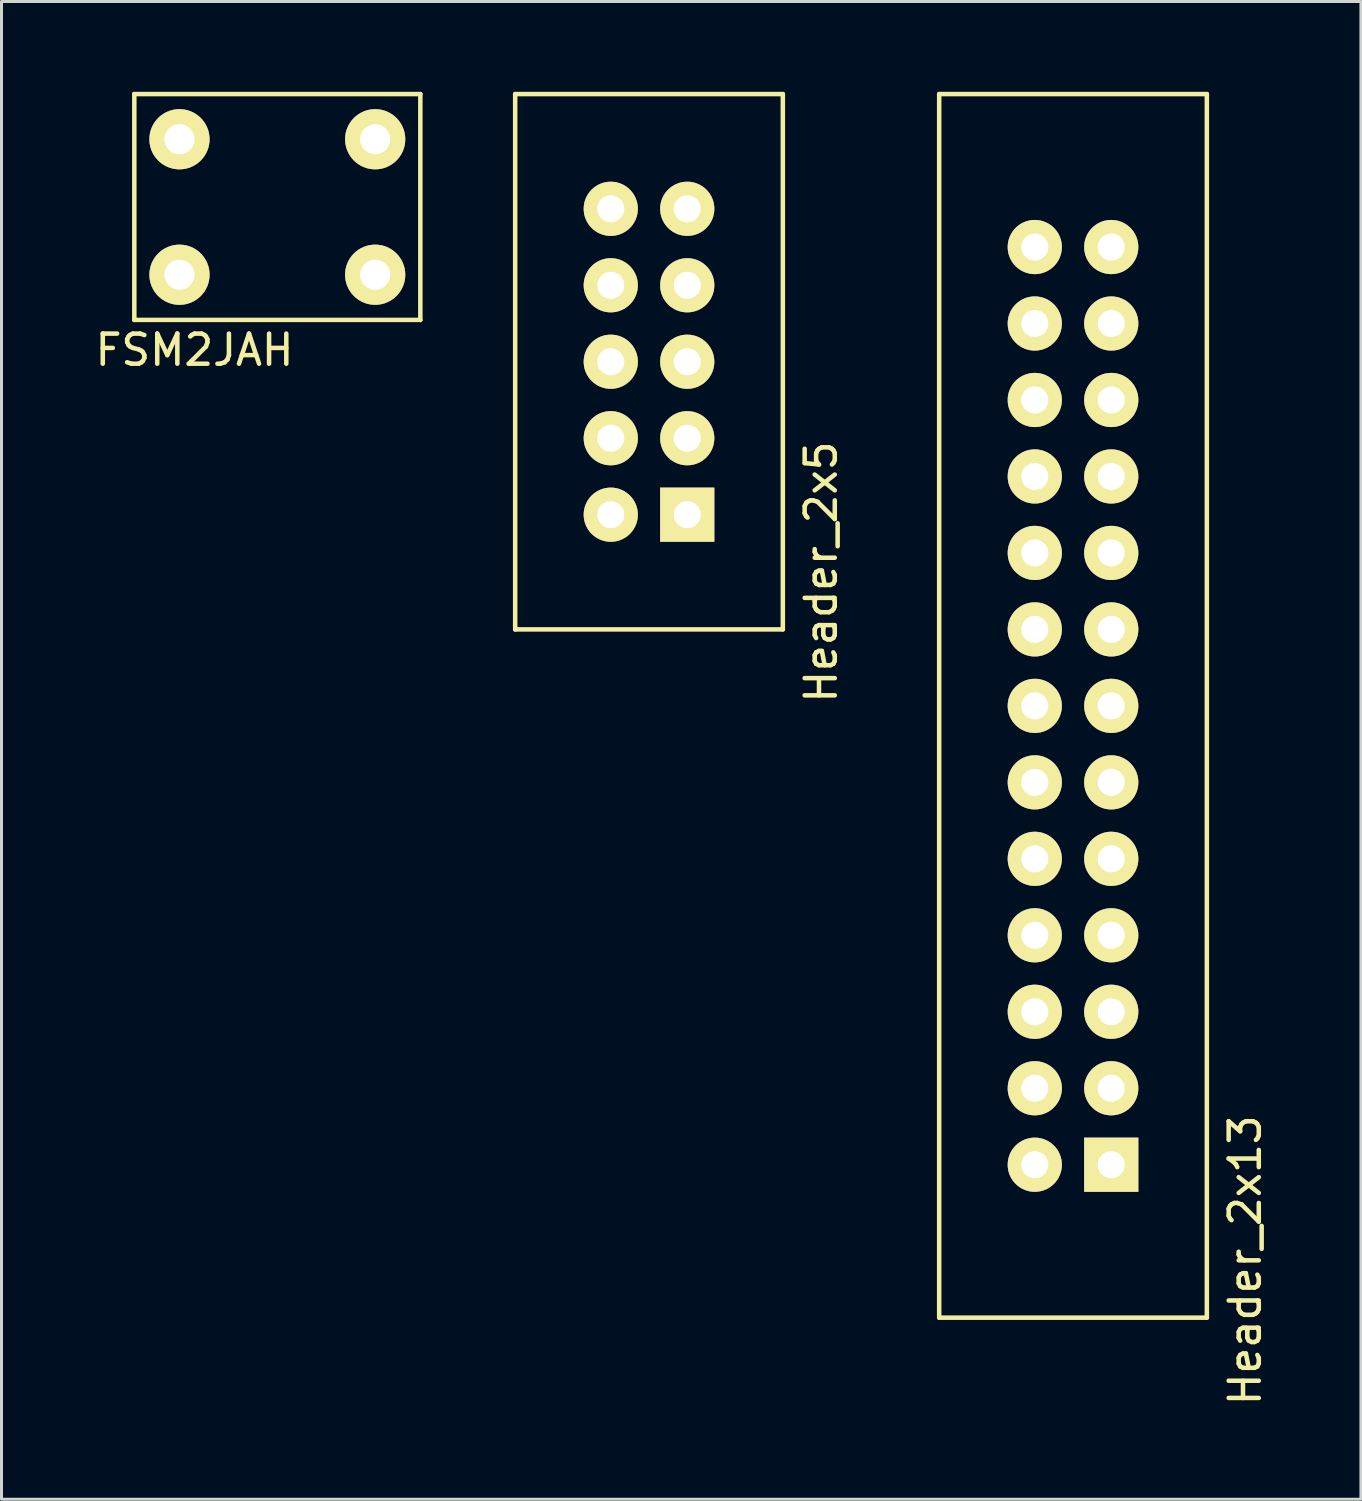
<source format=kicad_pcb>
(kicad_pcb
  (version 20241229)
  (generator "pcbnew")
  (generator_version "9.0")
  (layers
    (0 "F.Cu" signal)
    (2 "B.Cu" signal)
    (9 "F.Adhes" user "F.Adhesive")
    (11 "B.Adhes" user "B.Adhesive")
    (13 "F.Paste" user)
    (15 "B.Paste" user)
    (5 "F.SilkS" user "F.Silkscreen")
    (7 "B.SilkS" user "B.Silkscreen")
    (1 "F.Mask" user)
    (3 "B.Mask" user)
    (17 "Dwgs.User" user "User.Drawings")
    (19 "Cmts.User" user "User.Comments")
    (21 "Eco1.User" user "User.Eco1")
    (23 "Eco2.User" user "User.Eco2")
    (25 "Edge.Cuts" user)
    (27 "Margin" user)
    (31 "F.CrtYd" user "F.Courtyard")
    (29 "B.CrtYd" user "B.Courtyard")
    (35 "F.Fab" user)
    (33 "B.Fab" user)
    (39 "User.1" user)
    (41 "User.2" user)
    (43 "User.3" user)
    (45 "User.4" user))
  (footprint "FSM2JAH"
    (layer "F.Cu")
    (at 6.161 3.825)
    (property "Reference" "FSM2JAH" (at -2.75 4.75 0) (layer "F.SilkS") (effects (font (size 1 1) (thickness 0.15))))
    (attr through_hole)
    (fp_line (start -4.75 -3.75) (end 4.75 -3.75) (stroke (width 0.15) (type solid)) (layer "F.SilkS"))
    (fp_line (start -4.75 3.75) (end -4.75 -3.75) (stroke (width 0.15) (type solid)) (layer "F.SilkS"))
    (fp_line (start 4.75 -3.75) (end 4.75 3.75) (stroke (width 0.15) (type solid)) (layer "F.SilkS"))
    (fp_line (start 4.75 3.75) (end -4.75 3.75) (stroke (width 0.15) (type solid)) (layer "F.SilkS"))
    (pad "1" thru_hole circle (at -3.25 -2.25) (size 2 2) (drill 1) (layers "*.Cu" "*.Mask" "F.SilkS"))
    (pad "2" thru_hole circle (at 3.25 -2.25) (size 2 2) (drill 1) (layers "*.Cu" "*.Mask" "F.SilkS"))
    (pad "3" thru_hole circle (at -3.25 2.25) (size 2 2) (drill 1) (layers "*.Cu" "*.Mask" "F.SilkS"))
    (pad "4" thru_hole circle (at 3.25 2.25) (size 2 2) (drill 1) (layers "*.Cu" "*.Mask" "F.SilkS")))
  (footprint "Header_2x5"
    (layer "F.Cu")
    (at 18.506 8.965)
    (property "Reference" "Header_2x5" (at 5.715 6.985 90) (layer "F.SilkS") (effects (font (size 1 1) (thickness 0.15))))
    (attr through_hole)
    (fp_line (start -4.445 -8.89) (end 4.445 -8.89) (stroke (width 0.15) (type solid)) (layer "F.SilkS"))
    (fp_line (start -4.445 8.89) (end -4.445 -8.89) (stroke (width 0.15) (type solid)) (layer "F.SilkS"))
    (fp_line (start 4.445 -8.89) (end 4.445 8.89) (stroke (width 0.15) (type solid)) (layer "F.SilkS"))
    (fp_line (start 4.445 8.89) (end -4.445 8.89) (stroke (width 0.15) (type solid)) (layer "F.SilkS"))
    (pad "1" thru_hole rect (at 1.27 5.08) (size 1.8 1.8) (drill 0.9) (layers "*.Cu" "*.Mask" "F.SilkS"))
    (pad "2" thru_hole circle (at -1.27 5.08) (size 1.8 1.8) (drill 0.9) (layers "*.Cu" "*.Mask" "F.SilkS"))
    (pad "3" thru_hole circle (at 1.27 2.54) (size 1.8 1.8) (drill 0.9) (layers "*.Cu" "*.Mask" "F.SilkS"))
    (pad "4" thru_hole circle (at -1.27 2.54) (size 1.8 1.8) (drill 0.9) (layers "*.Cu" "*.Mask" "F.SilkS"))
    (pad "5" thru_hole circle (at 1.27 0) (size 1.8 1.8) (drill 0.9) (layers "*.Cu" "*.Mask" "F.SilkS"))
    (pad "6" thru_hole circle (at -1.27 0) (size 1.8 1.8) (drill 0.9) (layers "*.Cu" "*.Mask" "F.SilkS"))
    (pad "7" thru_hole circle (at 1.27 -2.54) (size 1.8 1.8) (drill 0.9) (layers "*.Cu" "*.Mask" "F.SilkS"))
    (pad "8" thru_hole circle (at -1.27 -2.54) (size 1.8 1.8) (drill 0.9) (layers "*.Cu" "*.Mask" "F.SilkS"))
    (pad "9" thru_hole circle (at 1.27 -5.08) (size 1.8 1.8) (drill 0.9) (layers "*.Cu" "*.Mask" "F.SilkS"))
    (pad "10" thru_hole circle (at -1.27 -5.08) (size 1.8 1.8) (drill 0.9) (layers "*.Cu" "*.Mask" "F.SilkS")))
  (footprint "Header_2x13"
    (layer "F.Cu")
    (at 32.589 20.395)
    (property "Reference" "Header_2x13" (at 5.715 18.415 90) (layer "F.SilkS") (effects (font (size 1 1) (thickness 0.15))))
    (attr through_hole)
    (fp_line (start -4.445 -20.32) (end 4.445 -20.32) (stroke (width 0.15) (type solid)) (layer "F.SilkS"))
    (fp_line (start -4.445 20.32) (end -4.445 -20.32) (stroke (width 0.15) (type solid)) (layer "F.SilkS"))
    (fp_line (start 4.445 -20.32) (end 4.445 20.32) (stroke (width 0.15) (type solid)) (layer "F.SilkS"))
    (fp_line (start 4.445 20.32) (end -4.445 20.32) (stroke (width 0.15) (type solid)) (layer "F.SilkS"))
    (pad "1" thru_hole rect (at 1.27 15.24) (size 1.8 1.8) (drill 0.9) (layers "*.Cu" "*.Mask" "F.SilkS"))
    (pad "2" thru_hole circle (at -1.27 15.24) (size 1.8 1.8) (drill 0.9) (layers "*.Cu" "*.Mask" "F.SilkS"))
    (pad "3" thru_hole circle (at 1.27 12.7) (size 1.8 1.8) (drill 0.9) (layers "*.Cu" "*.Mask" "F.SilkS"))
    (pad "4" thru_hole circle (at -1.27 12.7) (size 1.8 1.8) (drill 0.9) (layers "*.Cu" "*.Mask" "F.SilkS"))
    (pad "5" thru_hole circle (at 1.27 10.16) (size 1.8 1.8) (drill 0.9) (layers "*.Cu" "*.Mask" "F.SilkS"))
    (pad "6" thru_hole circle (at -1.27 10.16) (size 1.8 1.8) (drill 0.9) (layers "*.Cu" "*.Mask" "F.SilkS"))
    (pad "7" thru_hole circle (at 1.27 7.62) (size 1.8 1.8) (drill 0.9) (layers "*.Cu" "*.Mask" "F.SilkS"))
    (pad "8" thru_hole circle (at -1.27 7.62) (size 1.8 1.8) (drill 0.9) (layers "*.Cu" "*.Mask" "F.SilkS"))
    (pad "9" thru_hole circle (at 1.27 5.08) (size 1.8 1.8) (drill 0.9) (layers "*.Cu" "*.Mask" "F.SilkS"))
    (pad "10" thru_hole circle (at -1.27 5.08) (size 1.8 1.8) (drill 0.9) (layers "*.Cu" "*.Mask" "F.SilkS"))
    (pad "11" thru_hole circle (at 1.27 2.54) (size 1.8 1.8) (drill 0.9) (layers "*.Cu" "*.Mask" "F.SilkS"))
    (pad "12" thru_hole circle (at -1.27 2.54) (size 1.8 1.8) (drill 0.9) (layers "*.Cu" "*.Mask" "F.SilkS"))
    (pad "13" thru_hole circle (at 1.27 0) (size 1.8 1.8) (drill 0.9) (layers "*.Cu" "*.Mask" "F.SilkS"))
    (pad "14" thru_hole circle (at -1.27 0) (size 1.8 1.8) (drill 0.9) (layers "*.Cu" "*.Mask" "F.SilkS"))
    (pad "15" thru_hole circle (at 1.27 -2.54) (size 1.8 1.8) (drill 0.9) (layers "*.Cu" "*.Mask" "F.SilkS"))
    (pad "16" thru_hole circle (at -1.27 -2.54) (size 1.8 1.8) (drill 0.9) (layers "*.Cu" "*.Mask" "F.SilkS"))
    (pad "17" thru_hole circle (at 1.27 -5.08) (size 1.8 1.8) (drill 0.9) (layers "*.Cu" "*.Mask" "F.SilkS"))
    (pad "18" thru_hole circle (at -1.27 -5.08) (size 1.8 1.8) (drill 0.9) (layers "*.Cu" "*.Mask" "F.SilkS"))
    (pad "19" thru_hole circle (at 1.27 -7.62) (size 1.8 1.8) (drill 0.9) (layers "*.Cu" "*.Mask" "F.SilkS"))
    (pad "20" thru_hole circle (at -1.27 -7.62) (size 1.8 1.8) (drill 0.9) (layers "*.Cu" "*.Mask" "F.SilkS"))
    (pad "21" thru_hole circle (at 1.27 -10.16) (size 1.8 1.8) (drill 0.9) (layers "*.Cu" "*.Mask" "F.SilkS"))
    (pad "22" thru_hole circle (at -1.27 -10.16) (size 1.8 1.8) (drill 0.9) (layers "*.Cu" "*.Mask" "F.SilkS"))
    (pad "23" thru_hole circle (at 1.27 -12.7) (size 1.8 1.8) (drill 0.9) (layers "*.Cu" "*.Mask" "F.SilkS"))
    (pad "24" thru_hole circle (at -1.27 -12.7) (size 1.8 1.8) (drill 0.9) (layers "*.Cu" "*.Mask" "F.SilkS"))
    (pad "25" thru_hole circle (at 1.27 -15.24) (size 1.8 1.8) (drill 0.9) (layers "*.Cu" "*.Mask" "F.SilkS"))
    (pad "26" thru_hole circle (at -1.27 -15.24) (size 1.8 1.8) (drill 0.9) (layers "*.Cu" "*.Mask" "F.SilkS")))
  (gr_rect
    (start -3 -3)
    (end 42.152 46.745)
    (stroke (width 0.1) (type default))
    (fill no)
    (layer "Edge.Cuts")))
</source>
